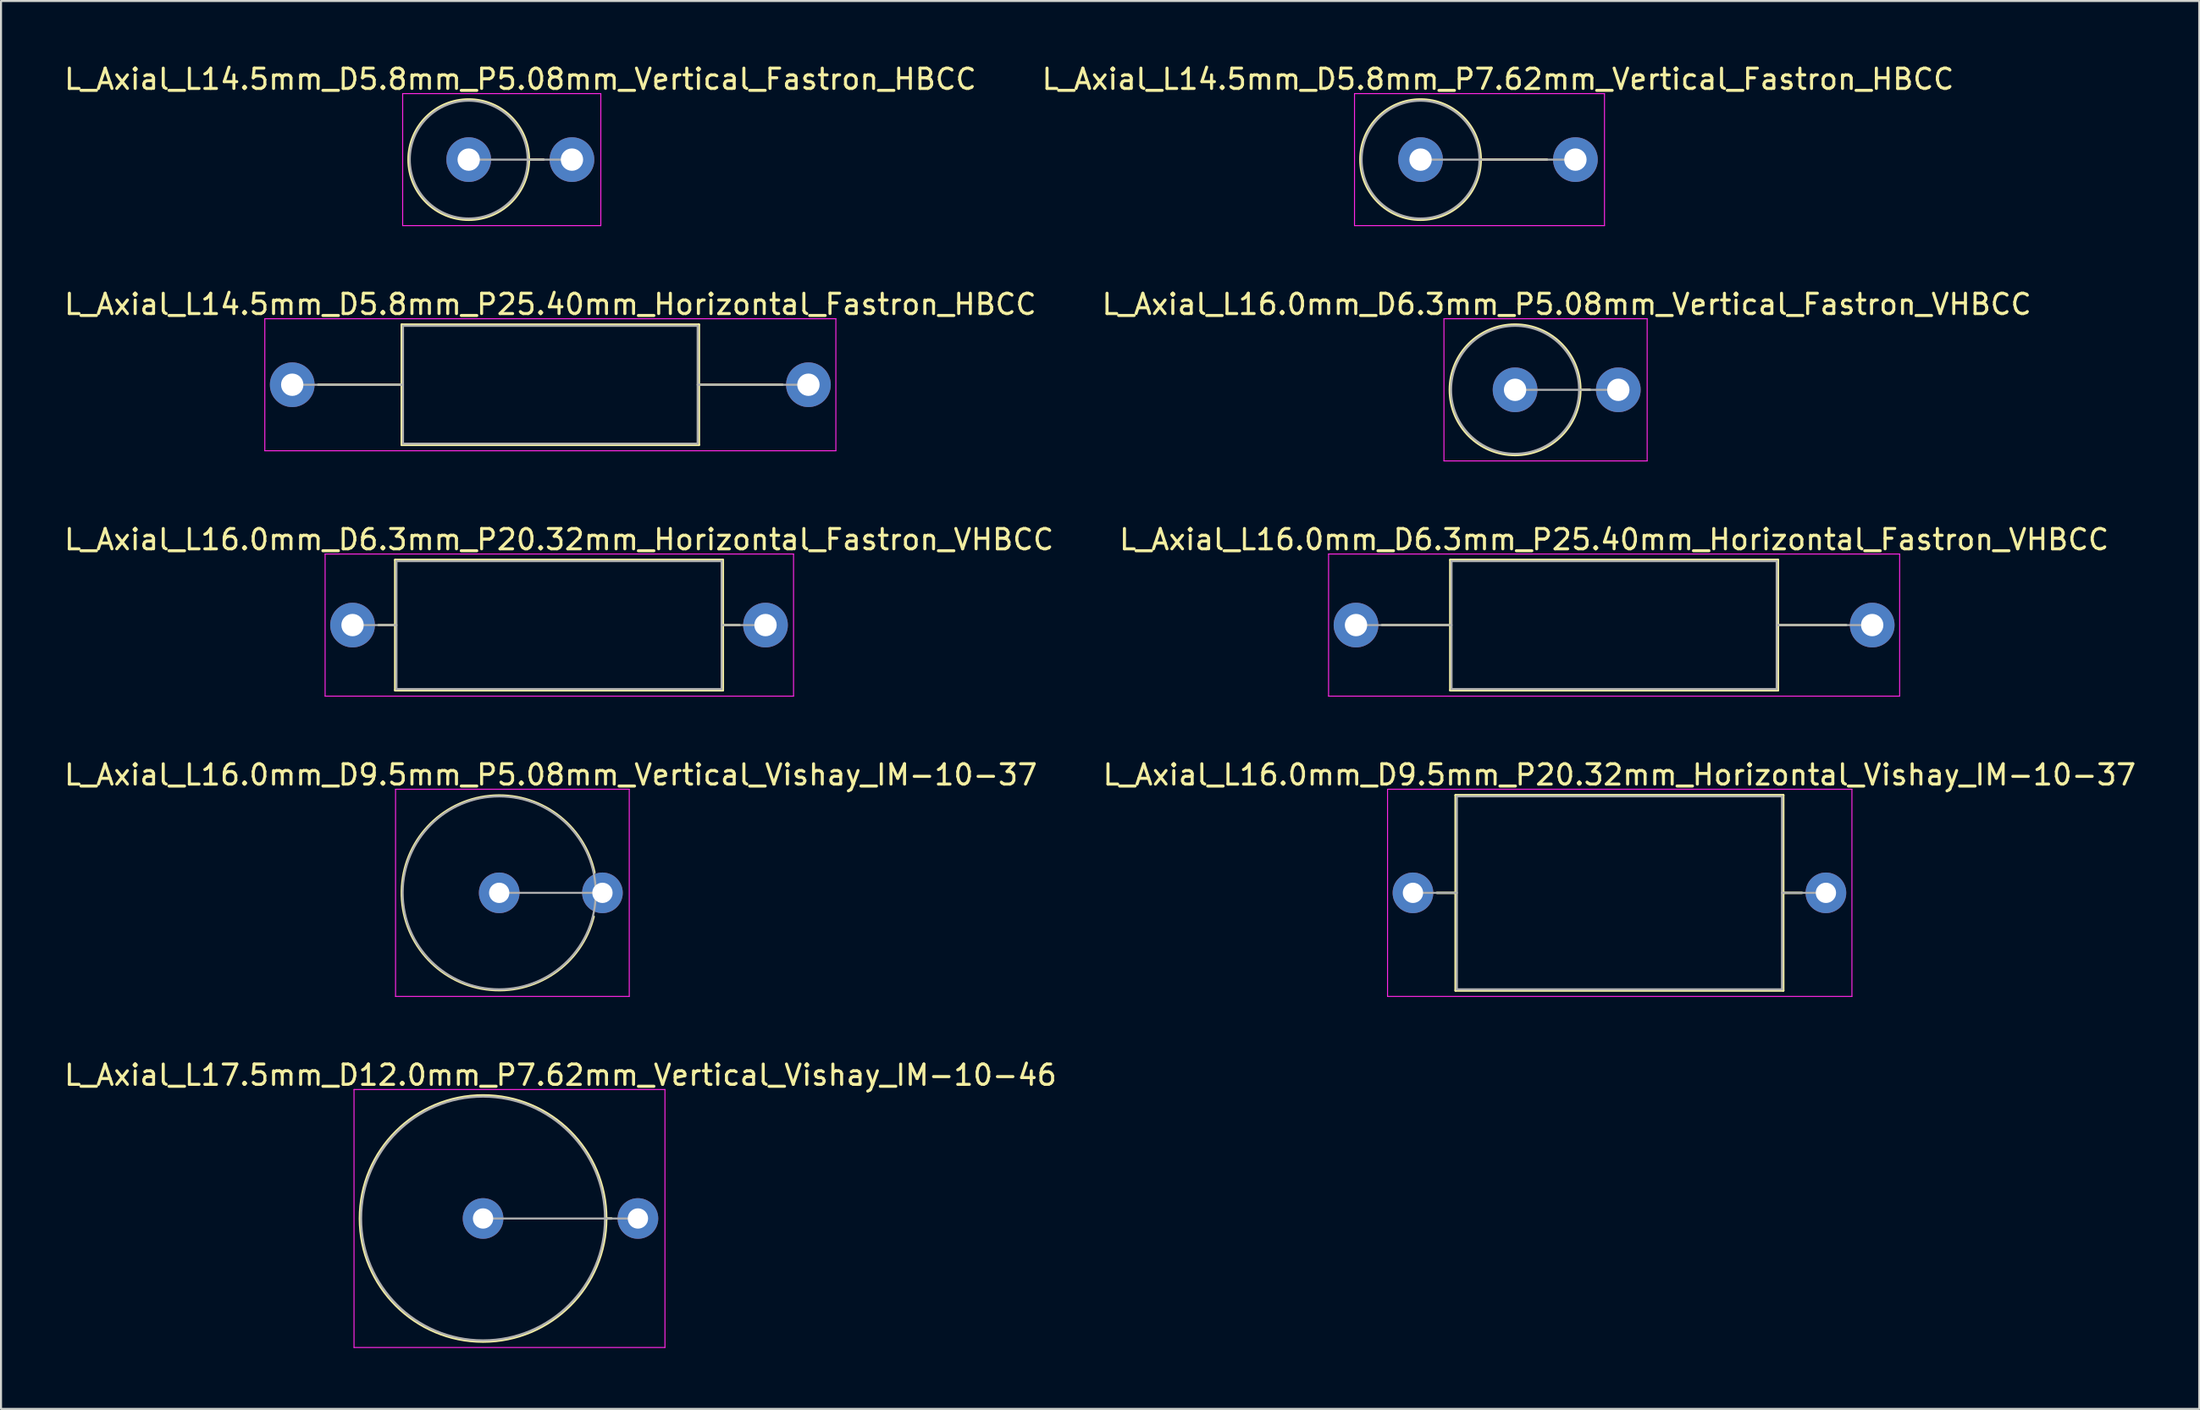
<source format=kicad_pcb>
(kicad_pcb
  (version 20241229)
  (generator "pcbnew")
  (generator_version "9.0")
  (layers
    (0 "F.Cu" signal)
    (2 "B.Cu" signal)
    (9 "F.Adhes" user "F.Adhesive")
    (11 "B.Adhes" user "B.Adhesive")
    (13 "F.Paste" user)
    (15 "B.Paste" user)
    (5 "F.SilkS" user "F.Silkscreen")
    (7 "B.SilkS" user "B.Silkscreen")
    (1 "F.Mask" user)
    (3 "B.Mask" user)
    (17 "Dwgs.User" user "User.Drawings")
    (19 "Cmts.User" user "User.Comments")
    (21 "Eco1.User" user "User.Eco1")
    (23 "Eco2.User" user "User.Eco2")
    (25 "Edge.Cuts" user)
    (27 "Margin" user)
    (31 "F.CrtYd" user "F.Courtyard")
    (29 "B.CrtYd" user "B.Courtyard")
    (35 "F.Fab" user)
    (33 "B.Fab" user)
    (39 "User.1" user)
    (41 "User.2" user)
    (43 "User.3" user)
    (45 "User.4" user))
  (footprint "L_Axial_L14.5mm_D5.8mm_P25.40mm_Horizontal_Fastron_HBCC"
    (layer "F.Cu")
    (at 11.33 15.892)
    (property "Reference" "L_Axial_L14.5mm_D5.8mm_P25.40mm_Horizontal_Fastron_HBCC" (at 12.7 -3.96 0) (layer "F.SilkS") (effects (font (size 1 1) (thickness 0.15))))
    (attr through_hole)
    (fp_line (start 1.28 0) (end 5.39 0) (stroke (width 0.12) (type solid)) (layer "F.SilkS"))
    (fp_line (start 5.39 -2.96) (end 5.39 2.96) (stroke (width 0.12) (type solid)) (layer "F.SilkS"))
    (fp_line (start 5.39 2.96) (end 20.01 2.96) (stroke (width 0.12) (type solid)) (layer "F.SilkS"))
    (fp_line (start 20.01 -2.96) (end 5.39 -2.96) (stroke (width 0.12) (type solid)) (layer "F.SilkS"))
    (fp_line (start 20.01 2.96) (end 20.01 -2.96) (stroke (width 0.12) (type solid)) (layer "F.SilkS"))
    (fp_line (start 24.12 0) (end 20.01 0) (stroke (width 0.12) (type solid)) (layer "F.SilkS"))
    (fp_line (start -1.35 -3.25) (end -1.35 3.25) (stroke (width 0.05) (type solid)) (layer "F.CrtYd"))
    (fp_line (start -1.35 3.25) (end 26.75 3.25) (stroke (width 0.05) (type solid)) (layer "F.CrtYd"))
    (fp_line (start 26.75 -3.25) (end -1.35 -3.25) (stroke (width 0.05) (type solid)) (layer "F.CrtYd"))
    (fp_line (start 26.75 3.25) (end 26.75 -3.25) (stroke (width 0.05) (type solid)) (layer "F.CrtYd"))
    (fp_line (start 0 0) (end 5.45 0) (stroke (width 0.1) (type solid)) (layer "F.Fab"))
    (fp_line (start 5.45 -2.9) (end 5.45 2.9) (stroke (width 0.1) (type solid)) (layer "F.Fab"))
    (fp_line (start 5.45 2.9) (end 19.95 2.9) (stroke (width 0.1) (type solid)) (layer "F.Fab"))
    (fp_line (start 19.95 -2.9) (end 5.45 -2.9) (stroke (width 0.1) (type solid)) (layer "F.Fab"))
    (fp_line (start 19.95 2.9) (end 19.95 -2.9) (stroke (width 0.1) (type solid)) (layer "F.Fab"))
    (fp_line (start 25.4 0) (end 19.95 0) (stroke (width 0.1) (type solid)) (layer "F.Fab"))
    (pad "1" thru_hole circle (at 0 0) (size 2.2 2.2) (drill 1.1) (layers "*.Cu" "*.Mask"))
    (pad "2" thru_hole oval (at 25.4 0) (size 2.2 2.2) (drill 1.1) (layers "*.Cu" "*.Mask")))
  (footprint "L_Axial_L16.0mm_D6.3mm_P25.40mm_Horizontal_Fastron_VHBCC"
    (layer "F.Cu")
    (at 63.675 27.725)
    (property "Reference" "L_Axial_L16.0mm_D6.3mm_P25.40mm_Horizontal_Fastron_VHBCC" (at 12.7 -4.21 0) (layer "F.SilkS") (effects (font (size 1 1) (thickness 0.15))))
    (attr through_hole)
    (fp_line (start 1.28 0) (end 4.64 0) (stroke (width 0.12) (type solid)) (layer "F.SilkS"))
    (fp_line (start 4.64 -3.21) (end 4.64 3.21) (stroke (width 0.12) (type solid)) (layer "F.SilkS"))
    (fp_line (start 4.64 3.21) (end 20.76 3.21) (stroke (width 0.12) (type solid)) (layer "F.SilkS"))
    (fp_line (start 20.76 -3.21) (end 4.64 -3.21) (stroke (width 0.12) (type solid)) (layer "F.SilkS"))
    (fp_line (start 20.76 3.21) (end 20.76 -3.21) (stroke (width 0.12) (type solid)) (layer "F.SilkS"))
    (fp_line (start 24.12 0) (end 20.76 0) (stroke (width 0.12) (type solid)) (layer "F.SilkS"))
    (fp_line (start -1.35 -3.5) (end -1.35 3.5) (stroke (width 0.05) (type solid)) (layer "F.CrtYd"))
    (fp_line (start -1.35 3.5) (end 26.75 3.5) (stroke (width 0.05) (type solid)) (layer "F.CrtYd"))
    (fp_line (start 26.75 -3.5) (end -1.35 -3.5) (stroke (width 0.05) (type solid)) (layer "F.CrtYd"))
    (fp_line (start 26.75 3.5) (end 26.75 -3.5) (stroke (width 0.05) (type solid)) (layer "F.CrtYd"))
    (fp_line (start 0 0) (end 4.7 0) (stroke (width 0.1) (type solid)) (layer "F.Fab"))
    (fp_line (start 4.7 -3.15) (end 4.7 3.15) (stroke (width 0.1) (type solid)) (layer "F.Fab"))
    (fp_line (start 4.7 3.15) (end 20.7 3.15) (stroke (width 0.1) (type solid)) (layer "F.Fab"))
    (fp_line (start 20.7 -3.15) (end 4.7 -3.15) (stroke (width 0.1) (type solid)) (layer "F.Fab"))
    (fp_line (start 20.7 3.15) (end 20.7 -3.15) (stroke (width 0.1) (type solid)) (layer "F.Fab"))
    (fp_line (start 25.4 0) (end 20.7 0) (stroke (width 0.1) (type solid)) (layer "F.Fab"))
    (pad "1" thru_hole circle (at 0 0) (size 2.2 2.2) (drill 1.1) (layers "*.Cu" "*.Mask"))
    (pad "2" thru_hole oval (at 25.4 0) (size 2.2 2.2) (drill 1.1) (layers "*.Cu" "*.Mask")))
  (footprint "L_Axial_L16.0mm_D6.3mm_P5.08mm_Vertical_Fastron_VHBCC"
    (layer "F.Cu")
    (at 71.502 16.142)
    (property "Reference" "L_Axial_L16.0mm_D6.3mm_P5.08mm_Vertical_Fastron_VHBCC" (at 2.54 -4.21 0) (layer "F.SilkS") (effects (font (size 1 1) (thickness 0.15))))
    (attr through_hole)
    (fp_line (start 3.21 0) (end 3.68 0) (stroke (width 0.12) (type solid)) (layer "F.SilkS"))
    (fp_circle (center 0 0) (end 3.21 0) (stroke (width 0.12) (type solid)) (fill no) (layer "F.SilkS"))
    (fp_line (start -3.5 -3.5) (end -3.5 3.5) (stroke (width 0.05) (type solid)) (layer "F.CrtYd"))
    (fp_line (start -3.5 3.5) (end 6.5 3.5) (stroke (width 0.05) (type solid)) (layer "F.CrtYd"))
    (fp_line (start 6.5 -3.5) (end -3.5 -3.5) (stroke (width 0.05) (type solid)) (layer "F.CrtYd"))
    (fp_line (start 6.5 3.5) (end 6.5 -3.5) (stroke (width 0.05) (type solid)) (layer "F.CrtYd"))
    (fp_line (start 0 0) (end 5.08 0) (stroke (width 0.1) (type solid)) (layer "F.Fab"))
    (fp_circle (center 0 0) (end 3.15 0) (stroke (width 0.1) (type solid)) (fill no) (layer "F.Fab"))
    (pad "1" thru_hole circle (at 0 0) (size 2.2 2.2) (drill 1.1) (layers "*.Cu" "*.Mask"))
    (pad "2" thru_hole oval (at 5.08 0) (size 2.2 2.2) (drill 1.1) (layers "*.Cu" "*.Mask")))
  (footprint "L_Axial_L14.5mm_D5.8mm_P5.08mm_Vertical_Fastron_HBCC"
    (layer "F.Cu")
    (at 20.014 4.808)
    (property "Reference" "L_Axial_L14.5mm_D5.8mm_P5.08mm_Vertical_Fastron_HBCC" (at 2.54 -3.96 0) (layer "F.SilkS") (effects (font (size 1 1) (thickness 0.15))))
    (attr through_hole)
    (fp_line (start 2.96 0) (end 3.68 0) (stroke (width 0.12) (type solid)) (layer "F.SilkS"))
    (fp_circle (center 0 0) (end 2.96 0) (stroke (width 0.12) (type solid)) (fill no) (layer "F.SilkS"))
    (fp_line (start -3.25 -3.25) (end -3.25 3.25) (stroke (width 0.05) (type solid)) (layer "F.CrtYd"))
    (fp_line (start -3.25 3.25) (end 6.5 3.25) (stroke (width 0.05) (type solid)) (layer "F.CrtYd"))
    (fp_line (start 6.5 -3.25) (end -3.25 -3.25) (stroke (width 0.05) (type solid)) (layer "F.CrtYd"))
    (fp_line (start 6.5 3.25) (end 6.5 -3.25) (stroke (width 0.05) (type solid)) (layer "F.CrtYd"))
    (fp_line (start 0 0) (end 5.08 0) (stroke (width 0.1) (type solid)) (layer "F.Fab"))
    (fp_circle (center 0 0) (end 2.9 0) (stroke (width 0.1) (type solid)) (fill no) (layer "F.Fab"))
    (pad "1" thru_hole circle (at 0 0) (size 2.2 2.2) (drill 1.1) (layers "*.Cu" "*.Mask"))
    (pad "2" thru_hole oval (at 5.08 0) (size 2.2 2.2) (drill 1.1) (layers "*.Cu" "*.Mask")))
  (footprint "L_Axial_L16.0mm_D9.5mm_P20.32mm_Horizontal_Vishay_IM-10-37"
    (layer "F.Cu")
    (at 66.477 40.908)
    (property "Reference" "L_Axial_L16.0mm_D9.5mm_P20.32mm_Horizontal_Vishay_IM-10-37" (at 10.16 -5.81 0) (layer "F.SilkS") (effects (font (size 1 1) (thickness 0.15))))
    (attr through_hole)
    (fp_line (start 1.18 0) (end 2.1 0) (stroke (width 0.12) (type solid)) (layer "F.SilkS"))
    (fp_line (start 2.1 -4.81) (end 2.1 4.81) (stroke (width 0.12) (type solid)) (layer "F.SilkS"))
    (fp_line (start 2.1 4.81) (end 18.22 4.81) (stroke (width 0.12) (type solid)) (layer "F.SilkS"))
    (fp_line (start 18.22 -4.81) (end 2.1 -4.81) (stroke (width 0.12) (type solid)) (layer "F.SilkS"))
    (fp_line (start 18.22 4.81) (end 18.22 -4.81) (stroke (width 0.12) (type solid)) (layer "F.SilkS"))
    (fp_line (start 19.14 0) (end 18.22 0) (stroke (width 0.12) (type solid)) (layer "F.SilkS"))
    (fp_line (start -1.25 -5.1) (end -1.25 5.1) (stroke (width 0.05) (type solid)) (layer "F.CrtYd"))
    (fp_line (start -1.25 5.1) (end 21.6 5.1) (stroke (width 0.05) (type solid)) (layer "F.CrtYd"))
    (fp_line (start 21.6 -5.1) (end -1.25 -5.1) (stroke (width 0.05) (type solid)) (layer "F.CrtYd"))
    (fp_line (start 21.6 5.1) (end 21.6 -5.1) (stroke (width 0.05) (type solid)) (layer "F.CrtYd"))
    (fp_line (start 0 0) (end 2.16 0) (stroke (width 0.1) (type solid)) (layer "F.Fab"))
    (fp_line (start 2.16 -4.75) (end 2.16 4.75) (stroke (width 0.1) (type solid)) (layer "F.Fab"))
    (fp_line (start 2.16 4.75) (end 18.16 4.75) (stroke (width 0.1) (type solid)) (layer "F.Fab"))
    (fp_line (start 18.16 -4.75) (end 2.16 -4.75) (stroke (width 0.1) (type solid)) (layer "F.Fab"))
    (fp_line (start 18.16 4.75) (end 18.16 -4.75) (stroke (width 0.1) (type solid)) (layer "F.Fab"))
    (fp_line (start 20.32 0) (end 18.16 0) (stroke (width 0.1) (type solid)) (layer "F.Fab"))
    (pad "1" thru_hole circle (at 0 0) (size 2 2) (drill 1) (layers "*.Cu" "*.Mask"))
    (pad "2" thru_hole oval (at 20.32 0) (size 2 2) (drill 1) (layers "*.Cu" "*.Mask")))
  (footprint "L_Axial_L14.5mm_D5.8mm_P7.62mm_Vertical_Fastron_HBCC"
    (layer "F.Cu")
    (at 66.851 4.808)
    (property "Reference" "L_Axial_L14.5mm_D5.8mm_P7.62mm_Vertical_Fastron_HBCC" (at 3.81 -3.96 0) (layer "F.SilkS") (effects (font (size 1 1) (thickness 0.15))))
    (attr through_hole)
    (fp_line (start 2.96 0) (end 6.22 0) (stroke (width 0.12) (type solid)) (layer "F.SilkS"))
    (fp_circle (center 0 0) (end 2.96 0) (stroke (width 0.12) (type solid)) (fill no) (layer "F.SilkS"))
    (fp_line (start -3.25 -3.25) (end -3.25 3.25) (stroke (width 0.05) (type solid)) (layer "F.CrtYd"))
    (fp_line (start -3.25 3.25) (end 9.05 3.25) (stroke (width 0.05) (type solid)) (layer "F.CrtYd"))
    (fp_line (start 9.05 -3.25) (end -3.25 -3.25) (stroke (width 0.05) (type solid)) (layer "F.CrtYd"))
    (fp_line (start 9.05 3.25) (end 9.05 -3.25) (stroke (width 0.05) (type solid)) (layer "F.CrtYd"))
    (fp_line (start 0 0) (end 7.62 0) (stroke (width 0.1) (type solid)) (layer "F.Fab"))
    (fp_circle (center 0 0) (end 2.9 0) (stroke (width 0.1) (type solid)) (fill no) (layer "F.Fab"))
    (pad "1" thru_hole circle (at 0 0) (size 2.2 2.2) (drill 1.1) (layers "*.Cu" "*.Mask"))
    (pad "2" thru_hole oval (at 7.62 0) (size 2.2 2.2) (drill 1.1) (layers "*.Cu" "*.Mask")))
  (footprint "L_Axial_L16.0mm_D6.3mm_P20.32mm_Horizontal_Fastron_VHBCC"
    (layer "F.Cu")
    (at 14.298 27.725)
    (property "Reference" "L_Axial_L16.0mm_D6.3mm_P20.32mm_Horizontal_Fastron_VHBCC" (at 10.16 -4.21 0) (layer "F.SilkS") (effects (font (size 1 1) (thickness 0.15))))
    (attr through_hole)
    (fp_line (start 1.28 0) (end 2.1 0) (stroke (width 0.12) (type solid)) (layer "F.SilkS"))
    (fp_line (start 2.1 -3.21) (end 2.1 3.21) (stroke (width 0.12) (type solid)) (layer "F.SilkS"))
    (fp_line (start 2.1 3.21) (end 18.22 3.21) (stroke (width 0.12) (type solid)) (layer "F.SilkS"))
    (fp_line (start 18.22 -3.21) (end 2.1 -3.21) (stroke (width 0.12) (type solid)) (layer "F.SilkS"))
    (fp_line (start 18.22 3.21) (end 18.22 -3.21) (stroke (width 0.12) (type solid)) (layer "F.SilkS"))
    (fp_line (start 19.04 0) (end 18.22 0) (stroke (width 0.12) (type solid)) (layer "F.SilkS"))
    (fp_line (start -1.35 -3.5) (end -1.35 3.5) (stroke (width 0.05) (type solid)) (layer "F.CrtYd"))
    (fp_line (start -1.35 3.5) (end 21.7 3.5) (stroke (width 0.05) (type solid)) (layer "F.CrtYd"))
    (fp_line (start 21.7 -3.5) (end -1.35 -3.5) (stroke (width 0.05) (type solid)) (layer "F.CrtYd"))
    (fp_line (start 21.7 3.5) (end 21.7 -3.5) (stroke (width 0.05) (type solid)) (layer "F.CrtYd"))
    (fp_line (start 0 0) (end 2.16 0) (stroke (width 0.1) (type solid)) (layer "F.Fab"))
    (fp_line (start 2.16 -3.15) (end 2.16 3.15) (stroke (width 0.1) (type solid)) (layer "F.Fab"))
    (fp_line (start 2.16 3.15) (end 18.16 3.15) (stroke (width 0.1) (type solid)) (layer "F.Fab"))
    (fp_line (start 18.16 -3.15) (end 2.16 -3.15) (stroke (width 0.1) (type solid)) (layer "F.Fab"))
    (fp_line (start 18.16 3.15) (end 18.16 -3.15) (stroke (width 0.1) (type solid)) (layer "F.Fab"))
    (fp_line (start 20.32 0) (end 18.16 0) (stroke (width 0.1) (type solid)) (layer "F.Fab"))
    (pad "1" thru_hole circle (at 0 0) (size 2.2 2.2) (drill 1.1) (layers "*.Cu" "*.Mask"))
    (pad "2" thru_hole oval (at 20.32 0) (size 2.2 2.2) (drill 1.1) (layers "*.Cu" "*.Mask")))
  (footprint "L_Axial_L16.0mm_D9.5mm_P5.08mm_Vertical_Vishay_IM-10-37"
    (layer "F.Cu")
    (at 21.514 40.908)
    (property "Reference" "L_Axial_L16.0mm_D9.5mm_P5.08mm_Vertical_Vishay_IM-10-37" (at 2.54 -5.81 0) (layer "F.SilkS") (effects (font (size 1 1) (thickness 0.15))))
    (attr through_hole)
    (fp_arc (start 4.645044 1.171139) (mid -4.789601 -0.087856) (end 4.684869 -1) (stroke (width 0.12) (type solid)) (layer "F.SilkS"))
    (fp_line (start -5.1 -5.1) (end -5.1 5.1) (stroke (width 0.05) (type solid)) (layer "F.CrtYd"))
    (fp_line (start -5.1 5.1) (end 6.4 5.1) (stroke (width 0.05) (type solid)) (layer "F.CrtYd"))
    (fp_line (start 6.4 -5.1) (end -5.1 -5.1) (stroke (width 0.05) (type solid)) (layer "F.CrtYd"))
    (fp_line (start 6.4 5.1) (end 6.4 -5.1) (stroke (width 0.05) (type solid)) (layer "F.CrtYd"))
    (fp_line (start 0 0) (end 5.08 0) (stroke (width 0.1) (type solid)) (layer "F.Fab"))
    (fp_circle (center 0 0) (end 4.75 0) (stroke (width 0.1) (type solid)) (fill no) (layer "F.Fab"))
    (pad "1" thru_hole circle (at 0 0) (size 2 2) (drill 1) (layers "*.Cu" "*.Mask"))
    (pad "2" thru_hole oval (at 5.08 0) (size 2 2) (drill 1) (layers "*.Cu" "*.Mask")))
  (footprint "L_Axial_L17.5mm_D12.0mm_P7.62mm_Vertical_Vishay_IM-10-46"
    (layer "F.Cu")
    (at 20.72 56.941)
    (property "Reference" "L_Axial_L17.5mm_D12.0mm_P7.62mm_Vertical_Vishay_IM-10-46" (at 3.81 -7.06 0) (layer "F.SilkS") (effects (font (size 1 1) (thickness 0.15))))
    (attr through_hole)
    (fp_line (start 6.06 0) (end 6.32 0) (stroke (width 0.12) (type solid)) (layer "F.SilkS"))
    (fp_circle (center 0 0) (end 6.06 0) (stroke (width 0.12) (type solid)) (fill no) (layer "F.SilkS"))
    (fp_line (start -6.35 -6.35) (end -6.35 6.35) (stroke (width 0.05) (type solid)) (layer "F.CrtYd"))
    (fp_line (start -6.35 6.35) (end 8.95 6.35) (stroke (width 0.05) (type solid)) (layer "F.CrtYd"))
    (fp_line (start 8.95 -6.35) (end -6.35 -6.35) (stroke (width 0.05) (type solid)) (layer "F.CrtYd"))
    (fp_line (start 8.95 6.35) (end 8.95 -6.35) (stroke (width 0.05) (type solid)) (layer "F.CrtYd"))
    (fp_line (start 0 0) (end 7.62 0) (stroke (width 0.1) (type solid)) (layer "F.Fab"))
    (fp_circle (center 0 0) (end 6 0) (stroke (width 0.1) (type solid)) (fill no) (layer "F.Fab"))
    (pad "1" thru_hole circle (at 0 0) (size 2 2) (drill 1) (layers "*.Cu" "*.Mask"))
    (pad "2" thru_hole oval (at 7.62 0) (size 2 2) (drill 1) (layers "*.Cu" "*.Mask")))
  (gr_rect
    (start -3 -3)
    (end 105.167 66.316)
    (stroke (width 0.1) (type default))
    (fill no)
    (layer "Edge.Cuts")))
</source>
